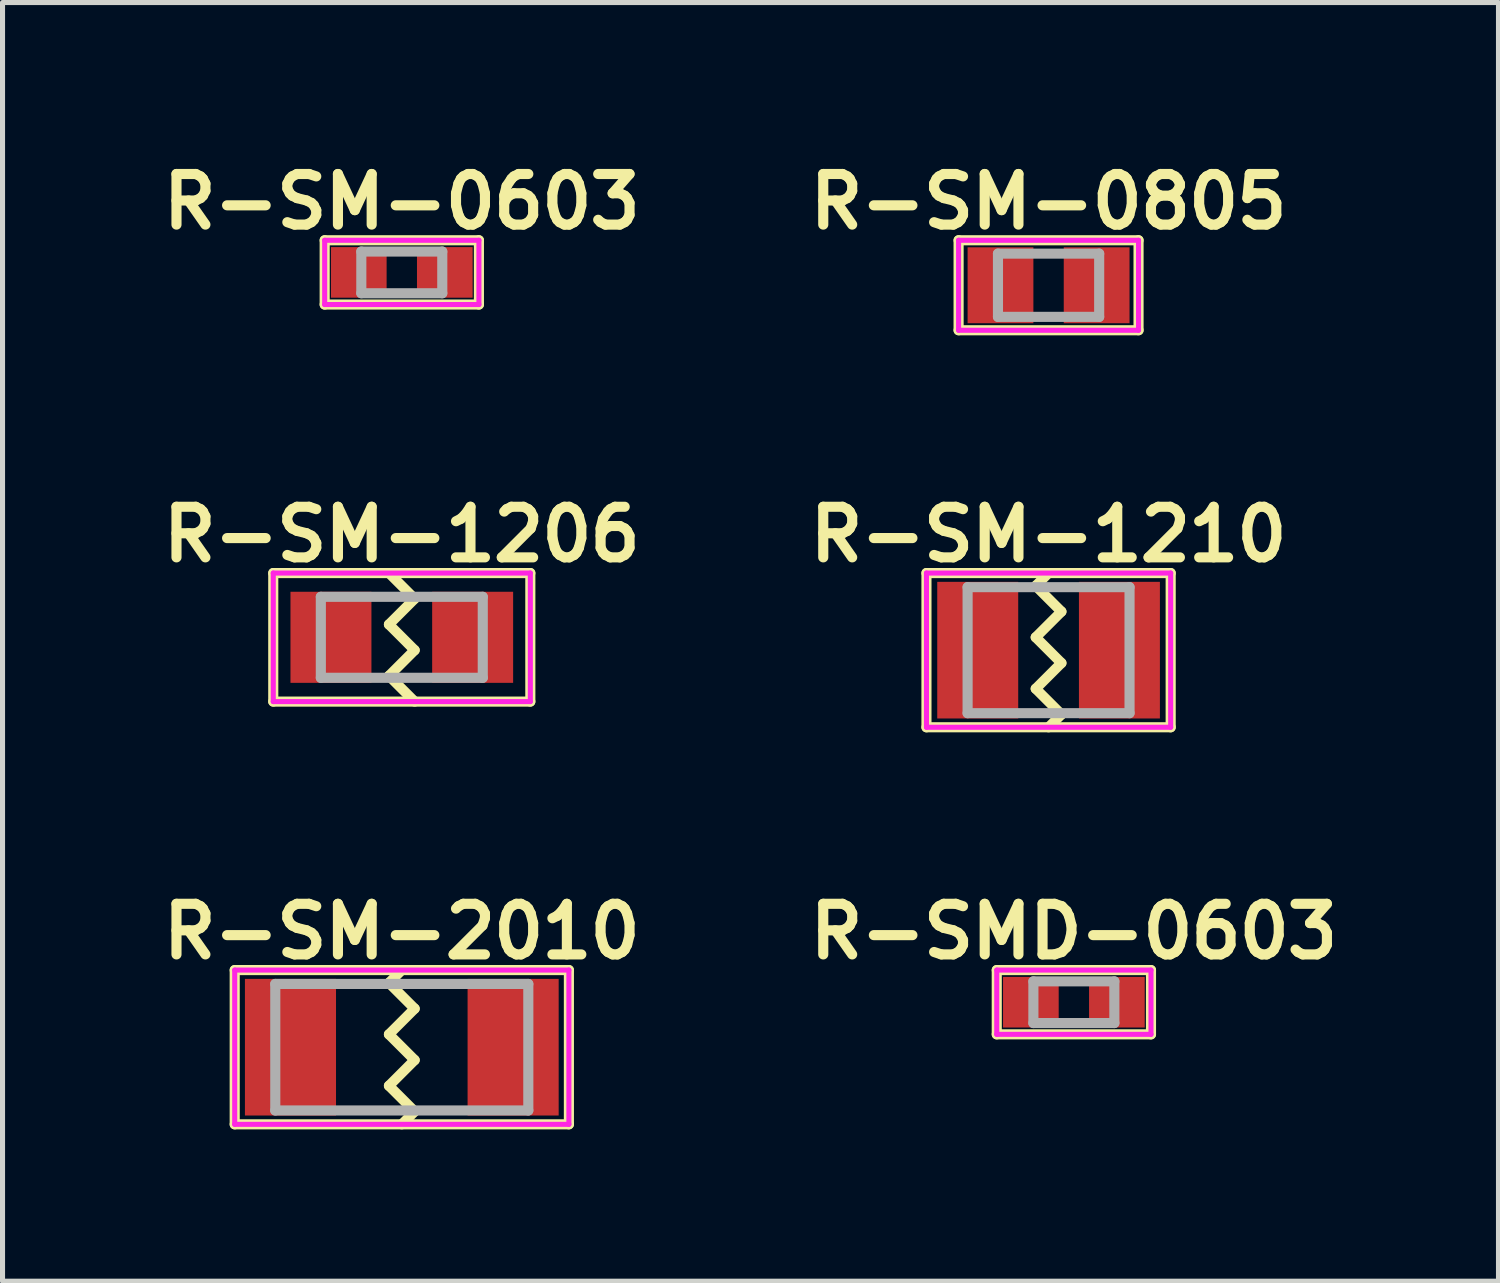
<source format=kicad_pcb>
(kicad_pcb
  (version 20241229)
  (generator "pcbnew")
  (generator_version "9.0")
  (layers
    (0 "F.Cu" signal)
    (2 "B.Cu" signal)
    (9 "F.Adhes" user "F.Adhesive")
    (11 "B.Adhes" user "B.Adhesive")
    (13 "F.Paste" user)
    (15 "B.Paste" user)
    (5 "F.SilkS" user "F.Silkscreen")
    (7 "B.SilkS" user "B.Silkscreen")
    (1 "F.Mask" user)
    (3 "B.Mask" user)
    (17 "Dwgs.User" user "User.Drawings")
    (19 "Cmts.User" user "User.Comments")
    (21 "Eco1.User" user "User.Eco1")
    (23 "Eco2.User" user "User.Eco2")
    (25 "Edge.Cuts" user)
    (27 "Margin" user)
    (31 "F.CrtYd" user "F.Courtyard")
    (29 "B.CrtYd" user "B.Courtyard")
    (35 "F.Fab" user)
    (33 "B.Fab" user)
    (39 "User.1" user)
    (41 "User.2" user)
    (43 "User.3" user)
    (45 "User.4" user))
  (footprint "R-SMD-0603"
    (layer "F.Cu")
    (at 18.171 16.755)
    (property "Reference" "R-SMD-0603" (at 0 -1.397 0) (layer "F.SilkS") (effects (font (size 1 1) (thickness 0.2))))
    (attr through_hole)
    (fp_line (start -1.524 -0.635) (end 1.524 -0.635) (stroke (width 0.2) (type solid)) (layer "F.SilkS"))
    (fp_line (start -1.524 0.635) (end -1.524 -0.635) (stroke (width 0.2) (type solid)) (layer "F.SilkS"))
    (fp_line (start -1.524 0.635) (end 1.524 0.635) (stroke (width 0.2) (type solid)) (layer "F.SilkS"))
    (fp_line (start 1.524 -0.635) (end 1.524 0.635) (stroke (width 0.2) (type solid)) (layer "F.SilkS"))
    (fp_line (start -1.524 -0.635) (end 1.524 -0.635) (stroke (width 0.1) (type solid)) (layer "F.CrtYd"))
    (fp_line (start -1.524 0.635) (end -1.524 -0.635) (stroke (width 0.1) (type solid)) (layer "F.CrtYd"))
    (fp_line (start 1.524 -0.635) (end 1.524 0.635) (stroke (width 0.1) (type solid)) (layer "F.CrtYd"))
    (fp_line (start 1.524 0.635) (end -1.524 0.635) (stroke (width 0.1) (type solid)) (layer "F.CrtYd"))
    (fp_line (start -0.8 -0.412) (end -0.8 0.412) (stroke (width 0.2) (type solid)) (layer "F.Fab"))
    (fp_line (start -0.8 -0.412) (end 0.8 -0.412) (stroke (width 0.2) (type solid)) (layer "F.Fab"))
    (fp_line (start -0.8 0.412) (end 0.8 0.412) (stroke (width 0.2) (type solid)) (layer "F.Fab"))
    (fp_line (start 0.8 -0.412) (end 0.8 0.412) (stroke (width 0.2) (type solid)) (layer "F.Fab"))
    (pad "1" smd rect (at -0.85 0) (size 1.1 1) (layers "F.Cu" "F.Mask"))
    (pad "2" smd rect (at 0.85 0) (size 1.1 1) (layers "F.Cu" "F.Mask")))
  (footprint "R-SM-2010"
    (layer "F.Cu")
    (at 4.89 17.644)
    (property "Reference" "R-SM-2010" (at 0 -2.286 0) (layer "F.SilkS") (effects (font (size 1 1) (thickness 0.2))))
    (attr through_hole)
    (fp_line (start -3.302 -1.524) (end -3.302 1.524) (stroke (width 0.2) (type solid)) (layer "F.SilkS"))
    (fp_line (start -3.302 -1.524) (end 3.302 -1.524) (stroke (width 0.2) (type solid)) (layer "F.SilkS"))
    (fp_line (start -3.302 1.524) (end 3.302 1.524) (stroke (width 0.2) (type solid)) (layer "F.SilkS"))
    (fp_line (start -0.254 -1.27) (end 0 -1.524) (stroke (width 0.2) (type solid)) (layer "F.SilkS"))
    (fp_line (start -0.254 -0.254) (end 0.254 -0.762) (stroke (width 0.2) (type solid)) (layer "F.SilkS"))
    (fp_line (start -0.254 -0.254) (end 0.254 0.254) (stroke (width 0.2) (type solid)) (layer "F.SilkS"))
    (fp_line (start -0.254 0.762) (end 0.254 1.27) (stroke (width 0.2) (type solid)) (layer "F.SilkS"))
    (fp_line (start 0.254 -0.762) (end -0.254 -1.27) (stroke (width 0.2) (type solid)) (layer "F.SilkS"))
    (fp_line (start 0.254 0.254) (end -0.254 0.762) (stroke (width 0.2) (type solid)) (layer "F.SilkS"))
    (fp_line (start 0.254 1.27) (end 0 1.524) (stroke (width 0.2) (type solid)) (layer "F.SilkS"))
    (fp_line (start 3.302 -1.524) (end 3.302 1.524) (stroke (width 0.2) (type solid)) (layer "F.SilkS"))
    (fp_line (start -3.302 -1.524) (end 3.302 -1.524) (stroke (width 0.1) (type solid)) (layer "F.CrtYd"))
    (fp_line (start -3.302 1.524) (end -3.302 -1.524) (stroke (width 0.1) (type solid)) (layer "F.CrtYd"))
    (fp_line (start 3.302 -1.524) (end 3.302 1.524) (stroke (width 0.1) (type solid)) (layer "F.CrtYd"))
    (fp_line (start 3.302 1.524) (end -3.302 1.524) (stroke (width 0.1) (type solid)) (layer "F.CrtYd"))
    (fp_line (start -2.5 -1.25) (end -2.5 1.25) (stroke (width 0.2) (type solid)) (layer "F.Fab"))
    (fp_line (start -2.5 -1.25) (end 2.5 -1.25) (stroke (width 0.2) (type solid)) (layer "F.Fab"))
    (fp_line (start -2.5 1.25) (end 2.5 1.25) (stroke (width 0.2) (type solid)) (layer "F.Fab"))
    (fp_line (start 2.5 -1.25) (end 2.5 1.25) (stroke (width 0.2) (type solid)) (layer "F.Fab"))
    (pad "1" smd rect (at -2.2 0) (size 1.8 2.7) (layers "F.Cu" "F.Mask"))
    (pad "2" smd rect (at 2.2 0) (size 1.8 2.7) (layers "F.Cu" "F.Mask")))
  (footprint "R-SM-0603"
    (layer "F.Cu")
    (at 4.89 2.333)
    (property "Reference" "R-SM-0603" (at 0 -1.397 0) (layer "F.SilkS") (effects (font (size 1 1) (thickness 0.2))))
    (attr through_hole)
    (fp_line (start -1.524 -0.635) (end 1.524 -0.635) (stroke (width 0.2) (type solid)) (layer "F.SilkS"))
    (fp_line (start -1.524 0.635) (end -1.524 -0.635) (stroke (width 0.2) (type solid)) (layer "F.SilkS"))
    (fp_line (start -1.524 0.635) (end 1.524 0.635) (stroke (width 0.2) (type solid)) (layer "F.SilkS"))
    (fp_line (start 1.524 -0.635) (end 1.524 0.635) (stroke (width 0.2) (type solid)) (layer "F.SilkS"))
    (fp_line (start -1.524 -0.635) (end 1.524 -0.635) (stroke (width 0.1) (type solid)) (layer "F.CrtYd"))
    (fp_line (start -1.524 0.635) (end -1.524 -0.635) (stroke (width 0.1) (type solid)) (layer "F.CrtYd"))
    (fp_line (start 1.524 -0.635) (end 1.524 0.635) (stroke (width 0.1) (type solid)) (layer "F.CrtYd"))
    (fp_line (start 1.524 0.635) (end -1.524 0.635) (stroke (width 0.1) (type solid)) (layer "F.CrtYd"))
    (fp_line (start -0.8 -0.412) (end -0.8 0.412) (stroke (width 0.2) (type solid)) (layer "F.Fab"))
    (fp_line (start -0.8 -0.412) (end 0.8 -0.412) (stroke (width 0.2) (type solid)) (layer "F.Fab"))
    (fp_line (start -0.8 0.412) (end 0.8 0.412) (stroke (width 0.2) (type solid)) (layer "F.Fab"))
    (fp_line (start 0.8 -0.412) (end 0.8 0.412) (stroke (width 0.2) (type solid)) (layer "F.Fab"))
    (pad "1" smd rect (at -0.85 0) (size 1.1 1) (layers "F.Cu" "F.Mask"))
    (pad "2" smd rect (at 0.85 0) (size 1.1 1) (layers "F.Cu" "F.Mask")))
  (footprint "R-SM-1206"
    (layer "F.Cu")
    (at 4.89 9.544)
    (property "Reference" "R-SM-1206" (at 0 -2.032 0) (layer "F.SilkS") (effects (font (size 1 1) (thickness 0.2))))
    (attr through_hole)
    (fp_line (start -2.54 -1.27) (end -2.54 1.27) (stroke (width 0.2) (type solid)) (layer "F.SilkS"))
    (fp_line (start -2.54 -1.27) (end 2.54 -1.27) (stroke (width 0.2) (type solid)) (layer "F.SilkS"))
    (fp_line (start -2.54 1.27) (end 2.54 1.27) (stroke (width 0.2) (type solid)) (layer "F.SilkS"))
    (fp_line (start -0.254 -0.254) (end 0.254 -0.762) (stroke (width 0.2) (type solid)) (layer "F.SilkS"))
    (fp_line (start -0.254 -0.254) (end 0.254 0.254) (stroke (width 0.2) (type solid)) (layer "F.SilkS"))
    (fp_line (start -0.254 0.762) (end 0.254 1.27) (stroke (width 0.2) (type solid)) (layer "F.SilkS"))
    (fp_line (start 0.254 -0.762) (end -0.254 -1.27) (stroke (width 0.2) (type solid)) (layer "F.SilkS"))
    (fp_line (start 0.254 0.254) (end -0.254 0.762) (stroke (width 0.2) (type solid)) (layer "F.SilkS"))
    (fp_line (start 2.54 -1.27) (end 2.54 1.27) (stroke (width 0.2) (type solid)) (layer "F.SilkS"))
    (fp_line (start -2.54 -1.27) (end -2.54 1.27) (stroke (width 0.1) (type solid)) (layer "F.CrtYd"))
    (fp_line (start -2.54 -1.27) (end 2.54 -1.27) (stroke (width 0.1) (type solid)) (layer "F.CrtYd"))
    (fp_line (start -2.54 1.27) (end 2.54 1.27) (stroke (width 0.1) (type solid)) (layer "F.CrtYd"))
    (fp_line (start 2.54 -1.27) (end 2.54 1.27) (stroke (width 0.1) (type solid)) (layer "F.CrtYd"))
    (fp_line (start -1.6 -0.8) (end -1.6 0.8) (stroke (width 0.2) (type solid)) (layer "F.Fab"))
    (fp_line (start -1.6 -0.8) (end 1.6 -0.8) (stroke (width 0.2) (type solid)) (layer "F.Fab"))
    (fp_line (start -1.6 0.8) (end 1.6 0.8) (stroke (width 0.2) (type solid)) (layer "F.Fab"))
    (fp_line (start 1.6 -0.8) (end 1.6 0.8) (stroke (width 0.2) (type solid)) (layer "F.Fab"))
    (pad "1" smd rect (at -1.4 0) (size 1.6 1.8) (layers "F.Cu" "F.Mask"))
    (pad "2" smd rect (at 1.4 0) (size 1.6 1.8) (layers "F.Cu" "F.Mask")))
  (footprint "R-SM-0805"
    (layer "F.Cu")
    (at 17.671 2.587)
    (property "Reference" "R-SM-0805" (at 0 -1.651 0) (layer "F.SilkS") (effects (font (size 1 1) (thickness 0.2))))
    (attr through_hole)
    (fp_line (start -1.778 -0.889) (end 1.778 -0.889) (stroke (width 0.2) (type solid)) (layer "F.SilkS"))
    (fp_line (start -1.778 0.889) (end -1.778 -0.889) (stroke (width 0.2) (type solid)) (layer "F.SilkS"))
    (fp_line (start -1.778 0.889) (end 1.778 0.889) (stroke (width 0.2) (type solid)) (layer "F.SilkS"))
    (fp_line (start 1.778 -0.889) (end 1.778 0.889) (stroke (width 0.2) (type solid)) (layer "F.SilkS"))
    (fp_line (start -1.778 -0.889) (end 1.778 -0.889) (stroke (width 0.1) (type solid)) (layer "F.CrtYd"))
    (fp_line (start -1.778 0.889) (end -1.778 -0.889) (stroke (width 0.1) (type solid)) (layer "F.CrtYd"))
    (fp_line (start 1.778 -0.889) (end 1.778 0.889) (stroke (width 0.1) (type solid)) (layer "F.CrtYd"))
    (fp_line (start 1.778 0.889) (end -1.778 0.889) (stroke (width 0.1) (type solid)) (layer "F.CrtYd"))
    (fp_line (start -1 -0.625) (end -1 0.625) (stroke (width 0.2) (type solid)) (layer "F.Fab"))
    (fp_line (start -1 -0.625) (end 1 -0.625) (stroke (width 0.2) (type solid)) (layer "F.Fab"))
    (fp_line (start -1 0.625) (end 1 0.625) (stroke (width 0.2) (type solid)) (layer "F.Fab"))
    (fp_line (start 1 -0.625) (end 1 0.625) (stroke (width 0.2) (type solid)) (layer "F.Fab"))
    (pad "1" smd rect (at -0.95 0) (size 1.3 1.5) (layers "F.Cu" "F.Mask"))
    (pad "2" smd rect (at 0.95 0) (size 1.3 1.5) (layers "F.Cu" "F.Mask")))
  (footprint "R-SM-1210"
    (layer "F.Cu")
    (at 17.671 9.798)
    (property "Reference" "R-SM-1210" (at 0 -2.286 0) (layer "F.SilkS") (effects (font (size 1 1) (thickness 0.2))))
    (attr through_hole)
    (fp_line (start -2.413 -1.524) (end -2.413 1.524) (stroke (width 0.2) (type solid)) (layer "F.SilkS"))
    (fp_line (start -2.413 -1.524) (end 2.413 -1.524) (stroke (width 0.2) (type solid)) (layer "F.SilkS"))
    (fp_line (start -2.413 1.524) (end 2.413 1.524) (stroke (width 0.2) (type solid)) (layer "F.SilkS"))
    (fp_line (start -0.254 -1.27) (end 0 -1.524) (stroke (width 0.2) (type solid)) (layer "F.SilkS"))
    (fp_line (start -0.254 -0.254) (end 0.254 -0.762) (stroke (width 0.2) (type solid)) (layer "F.SilkS"))
    (fp_line (start -0.254 -0.254) (end 0.254 0.254) (stroke (width 0.2) (type solid)) (layer "F.SilkS"))
    (fp_line (start -0.254 0.762) (end 0.254 1.27) (stroke (width 0.2) (type solid)) (layer "F.SilkS"))
    (fp_line (start 0.254 -0.762) (end -0.254 -1.27) (stroke (width 0.2) (type solid)) (layer "F.SilkS"))
    (fp_line (start 0.254 0.254) (end -0.254 0.762) (stroke (width 0.2) (type solid)) (layer "F.SilkS"))
    (fp_line (start 0.254 1.27) (end 0 1.524) (stroke (width 0.2) (type solid)) (layer "F.SilkS"))
    (fp_line (start 2.413 -1.524) (end 2.413 1.524) (stroke (width 0.2) (type solid)) (layer "F.SilkS"))
    (fp_line (start -2.413 -1.524) (end 2.413 -1.524) (stroke (width 0.1) (type solid)) (layer "F.CrtYd"))
    (fp_line (start -2.413 1.524) (end -2.413 -1.524) (stroke (width 0.1) (type solid)) (layer "F.CrtYd"))
    (fp_line (start 2.413 -1.524) (end 2.413 1.524) (stroke (width 0.1) (type solid)) (layer "F.CrtYd"))
    (fp_line (start 2.413 1.524) (end -2.413 1.524) (stroke (width 0.1) (type solid)) (layer "F.CrtYd"))
    (fp_line (start -1.6 -1.245) (end -1.6 1.245) (stroke (width 0.2) (type solid)) (layer "F.Fab"))
    (fp_line (start -1.6 -1.245) (end 1.6 -1.245) (stroke (width 0.2) (type solid)) (layer "F.Fab"))
    (fp_line (start -1.6 1.245) (end 1.6 1.245) (stroke (width 0.2) (type solid)) (layer "F.Fab"))
    (fp_line (start 1.6 -1.245) (end 1.6 1.245) (stroke (width 0.2) (type solid)) (layer "F.Fab"))
    (pad "1" smd rect (at -1.4 0) (size 1.6 2.7) (layers "F.Cu" "F.Mask"))
    (pad "2" smd rect (at 1.4 0) (size 1.6 2.7) (layers "F.Cu" "F.Mask")))
  (gr_rect
    (start -3 -3)
    (end 26.562 22.268)
    (stroke (width 0.1) (type default))
    (fill no)
    (layer "Edge.Cuts")))
</source>
